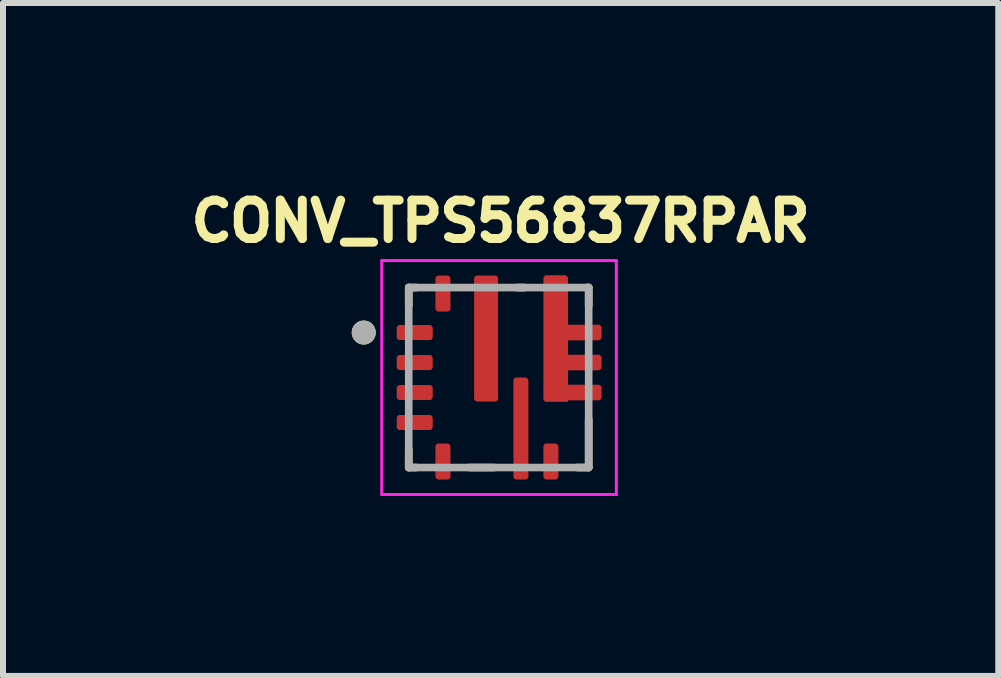
<source format=kicad_pcb>
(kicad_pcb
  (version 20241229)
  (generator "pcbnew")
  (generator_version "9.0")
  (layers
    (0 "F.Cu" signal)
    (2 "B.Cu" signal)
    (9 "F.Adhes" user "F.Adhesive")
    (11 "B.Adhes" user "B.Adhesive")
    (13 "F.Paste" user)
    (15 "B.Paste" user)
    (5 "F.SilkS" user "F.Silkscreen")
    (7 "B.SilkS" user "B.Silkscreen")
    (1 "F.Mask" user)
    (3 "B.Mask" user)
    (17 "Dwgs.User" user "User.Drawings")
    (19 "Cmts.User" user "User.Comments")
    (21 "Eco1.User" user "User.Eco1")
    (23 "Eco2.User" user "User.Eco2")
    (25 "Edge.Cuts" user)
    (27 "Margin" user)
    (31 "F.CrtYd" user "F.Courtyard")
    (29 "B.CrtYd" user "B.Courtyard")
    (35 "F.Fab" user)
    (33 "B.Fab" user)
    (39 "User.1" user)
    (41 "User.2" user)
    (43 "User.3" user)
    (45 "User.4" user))
  (footprint "CONV_TPS56837RPAR"
    (layer "F.Cu")
    (at 5.264 3.244)
    (property "Reference" "CONV_TPS56837RPAR" (at 0.032 -2.606 0) (layer "F.SilkS") (effects (font (size 0.64 0.64) (thickness 0.15))))
    (attr smd)
    (fp_poly (pts (xy -1.03 -0.675) (xy -1.03 -0.669) (xy -1.031 -0.662) (xy -1.031 -0.656) (xy -1.033 -0.65) (xy -1.034 -0.644) (xy -1.036 -0.638) (xy -1.038 -0.632) (xy -1.04 -0.626) (xy -1.043 -0.621) (xy -1.046 -0.615) (xy -1.049 -0.61) (xy -1.053 -0.604) (xy -1.057 -0.599) (xy -1.061 -0.595) (xy -1.065 -0.59) (xy -1.07 -0.586) (xy -1.074 -0.582) (xy -1.079 -0.578) (xy -1.085 -0.574) (xy -1.09 -0.571) (xy -1.096 -0.568) (xy -1.101 -0.565) (xy -1.107 -0.563) (xy -1.113 -0.561) (xy -1.119 -0.559) (xy -1.125 -0.558) (xy -1.131 -0.556) (xy -1.137 -0.556) (xy -1.144 -0.555) (xy -1.15 -0.555) (xy -1.65 -0.555) (xy -1.656 -0.555) (xy -1.663 -0.556) (xy -1.669 -0.556) (xy -1.675 -0.558) (xy -1.681 -0.559) (xy -1.687 -0.561) (xy -1.693 -0.563) (xy -1.699 -0.565) (xy -1.704 -0.568) (xy -1.71 -0.571) (xy -1.715 -0.574) (xy -1.721 -0.578) (xy -1.726 -0.582) (xy -1.73 -0.586) (xy -1.735 -0.59) (xy -1.739 -0.595) (xy -1.743 -0.599) (xy -1.747 -0.604) (xy -1.751 -0.61) (xy -1.754 -0.615) (xy -1.757 -0.621) (xy -1.76 -0.626) (xy -1.762 -0.632) (xy -1.764 -0.638) (xy -1.766 -0.644) (xy -1.767 -0.65) (xy -1.769 -0.656) (xy -1.769 -0.662) (xy -1.77 -0.669) (xy -1.77 -0.675) (xy -1.77 -0.825) (xy -1.77 -0.831) (xy -1.769 -0.838) (xy -1.769 -0.844) (xy -1.767 -0.85) (xy -1.766 -0.856) (xy -1.764 -0.862) (xy -1.762 -0.868) (xy -1.76 -0.874) (xy -1.757 -0.879) (xy -1.754 -0.885) (xy -1.751 -0.89) (xy -1.747 -0.896) (xy -1.743 -0.901) (xy -1.739 -0.905) (xy -1.735 -0.91) (xy -1.73 -0.914) (xy -1.726 -0.918) (xy -1.721 -0.922) (xy -1.715 -0.926) (xy -1.71 -0.929) (xy -1.704 -0.932) (xy -1.699 -0.935) (xy -1.693 -0.937) (xy -1.687 -0.939) (xy -1.681 -0.941) (xy -1.675 -0.942) (xy -1.669 -0.944) (xy -1.663 -0.944) (xy -1.656 -0.945) (xy -1.65 -0.945) (xy -1.15 -0.945) (xy -1.144 -0.945) (xy -1.137 -0.944) (xy -1.131 -0.944) (xy -1.125 -0.942) (xy -1.119 -0.941) (xy -1.113 -0.939) (xy -1.107 -0.937) (xy -1.101 -0.935) (xy -1.096 -0.932) (xy -1.09 -0.929) (xy -1.085 -0.926) (xy -1.079 -0.922) (xy -1.074 -0.918) (xy -1.07 -0.914) (xy -1.065 -0.91) (xy -1.061 -0.905) (xy -1.057 -0.901) (xy -1.053 -0.896) (xy -1.049 -0.89) (xy -1.046 -0.885) (xy -1.043 -0.879) (xy -1.04 -0.874) (xy -1.038 -0.868) (xy -1.036 -0.862) (xy -1.034 -0.856) (xy -1.033 -0.85) (xy -1.031 -0.844) (xy -1.031 -0.838) (xy -1.03 -0.831) (xy -1.03 -0.825) (xy -1.03 -0.675)) (stroke (width 0.01) (type solid)) (fill yes) (layer "F.Mask"))
    (fp_poly (pts (xy -1.03 -0.175) (xy -1.03 -0.169) (xy -1.031 -0.162) (xy -1.031 -0.156) (xy -1.033 -0.15) (xy -1.034 -0.144) (xy -1.036 -0.138) (xy -1.038 -0.132) (xy -1.04 -0.126) (xy -1.043 -0.121) (xy -1.046 -0.115) (xy -1.049 -0.11) (xy -1.053 -0.104) (xy -1.057 -0.099) (xy -1.061 -0.095) (xy -1.065 -0.09) (xy -1.07 -0.086) (xy -1.074 -0.082) (xy -1.079 -0.078) (xy -1.085 -0.074) (xy -1.09 -0.071) (xy -1.096 -0.068) (xy -1.101 -0.065) (xy -1.107 -0.063) (xy -1.113 -0.061) (xy -1.119 -0.059) (xy -1.125 -0.058) (xy -1.131 -0.056) (xy -1.137 -0.056) (xy -1.144 -0.055) (xy -1.15 -0.055) (xy -1.65 -0.055) (xy -1.656 -0.055) (xy -1.663 -0.056) (xy -1.669 -0.056) (xy -1.675 -0.058) (xy -1.681 -0.059) (xy -1.687 -0.061) (xy -1.693 -0.063) (xy -1.699 -0.065) (xy -1.704 -0.068) (xy -1.71 -0.071) (xy -1.715 -0.074) (xy -1.721 -0.078) (xy -1.726 -0.082) (xy -1.73 -0.086) (xy -1.735 -0.09) (xy -1.739 -0.095) (xy -1.743 -0.099) (xy -1.747 -0.104) (xy -1.751 -0.11) (xy -1.754 -0.115) (xy -1.757 -0.121) (xy -1.76 -0.126) (xy -1.762 -0.132) (xy -1.764 -0.138) (xy -1.766 -0.144) (xy -1.767 -0.15) (xy -1.769 -0.156) (xy -1.769 -0.162) (xy -1.77 -0.169) (xy -1.77 -0.175) (xy -1.77 -0.325) (xy -1.77 -0.331) (xy -1.769 -0.338) (xy -1.769 -0.344) (xy -1.767 -0.35) (xy -1.766 -0.356) (xy -1.764 -0.362) (xy -1.762 -0.368) (xy -1.76 -0.374) (xy -1.757 -0.379) (xy -1.754 -0.385) (xy -1.751 -0.39) (xy -1.747 -0.396) (xy -1.743 -0.401) (xy -1.739 -0.405) (xy -1.735 -0.41) (xy -1.73 -0.414) (xy -1.726 -0.418) (xy -1.721 -0.422) (xy -1.715 -0.426) (xy -1.71 -0.429) (xy -1.704 -0.432) (xy -1.699 -0.435) (xy -1.693 -0.437) (xy -1.687 -0.439) (xy -1.681 -0.441) (xy -1.675 -0.442) (xy -1.669 -0.444) (xy -1.663 -0.444) (xy -1.656 -0.445) (xy -1.65 -0.445) (xy -1.15 -0.445) (xy -1.144 -0.445) (xy -1.137 -0.444) (xy -1.131 -0.444) (xy -1.125 -0.442) (xy -1.119 -0.441) (xy -1.113 -0.439) (xy -1.107 -0.437) (xy -1.101 -0.435) (xy -1.096 -0.432) (xy -1.09 -0.429) (xy -1.085 -0.426) (xy -1.079 -0.422) (xy -1.074 -0.418) (xy -1.07 -0.414) (xy -1.065 -0.41) (xy -1.061 -0.405) (xy -1.057 -0.401) (xy -1.053 -0.396) (xy -1.049 -0.39) (xy -1.046 -0.385) (xy -1.043 -0.379) (xy -1.04 -0.374) (xy -1.038 -0.368) (xy -1.036 -0.362) (xy -1.034 -0.356) (xy -1.033 -0.35) (xy -1.031 -0.344) (xy -1.031 -0.338) (xy -1.03 -0.331) (xy -1.03 -0.325) (xy -1.03 -0.175)) (stroke (width 0.01) (type solid)) (fill yes) (layer "F.Mask"))
    (fp_poly (pts (xy -1.03 0.325) (xy -1.03 0.331) (xy -1.031 0.338) (xy -1.031 0.344) (xy -1.033 0.35) (xy -1.034 0.356) (xy -1.036 0.362) (xy -1.038 0.368) (xy -1.04 0.374) (xy -1.043 0.379) (xy -1.046 0.385) (xy -1.049 0.39) (xy -1.053 0.396) (xy -1.057 0.401) (xy -1.061 0.405) (xy -1.065 0.41) (xy -1.07 0.414) (xy -1.074 0.418) (xy -1.079 0.422) (xy -1.085 0.426) (xy -1.09 0.429) (xy -1.096 0.432) (xy -1.101 0.435) (xy -1.107 0.437) (xy -1.113 0.439) (xy -1.119 0.441) (xy -1.125 0.442) (xy -1.131 0.444) (xy -1.137 0.444) (xy -1.144 0.445) (xy -1.15 0.445) (xy -1.65 0.445) (xy -1.656 0.445) (xy -1.663 0.444) (xy -1.669 0.444) (xy -1.675 0.442) (xy -1.681 0.441) (xy -1.687 0.439) (xy -1.693 0.437) (xy -1.699 0.435) (xy -1.704 0.432) (xy -1.71 0.429) (xy -1.715 0.426) (xy -1.721 0.422) (xy -1.726 0.418) (xy -1.73 0.414) (xy -1.735 0.41) (xy -1.739 0.405) (xy -1.743 0.401) (xy -1.747 0.396) (xy -1.751 0.39) (xy -1.754 0.385) (xy -1.757 0.379) (xy -1.76 0.374) (xy -1.762 0.368) (xy -1.764 0.362) (xy -1.766 0.356) (xy -1.767 0.35) (xy -1.769 0.344) (xy -1.769 0.338) (xy -1.77 0.331) (xy -1.77 0.325) (xy -1.77 0.175) (xy -1.77 0.169) (xy -1.769 0.162) (xy -1.769 0.156) (xy -1.767 0.15) (xy -1.766 0.144) (xy -1.764 0.138) (xy -1.762 0.132) (xy -1.76 0.126) (xy -1.757 0.121) (xy -1.754 0.115) (xy -1.751 0.11) (xy -1.747 0.104) (xy -1.743 0.099) (xy -1.739 0.095) (xy -1.735 0.09) (xy -1.73 0.086) (xy -1.726 0.082) (xy -1.721 0.078) (xy -1.715 0.074) (xy -1.71 0.071) (xy -1.704 0.068) (xy -1.699 0.065) (xy -1.693 0.063) (xy -1.687 0.061) (xy -1.681 0.059) (xy -1.675 0.058) (xy -1.669 0.056) (xy -1.663 0.056) (xy -1.656 0.055) (xy -1.65 0.055) (xy -1.15 0.055) (xy -1.144 0.055) (xy -1.137 0.056) (xy -1.131 0.056) (xy -1.125 0.058) (xy -1.119 0.059) (xy -1.113 0.061) (xy -1.107 0.063) (xy -1.101 0.065) (xy -1.096 0.068) (xy -1.09 0.071) (xy -1.085 0.074) (xy -1.079 0.078) (xy -1.074 0.082) (xy -1.07 0.086) (xy -1.065 0.09) (xy -1.061 0.095) (xy -1.057 0.099) (xy -1.053 0.104) (xy -1.049 0.11) (xy -1.046 0.115) (xy -1.043 0.121) (xy -1.04 0.126) (xy -1.038 0.132) (xy -1.036 0.138) (xy -1.034 0.144) (xy -1.033 0.15) (xy -1.031 0.156) (xy -1.031 0.162) (xy -1.03 0.169) (xy -1.03 0.175) (xy -1.03 0.325)) (stroke (width 0.01) (type solid)) (fill yes) (layer "F.Mask"))
    (fp_poly (pts (xy -1.03 0.825) (xy -1.03 0.831) (xy -1.031 0.838) (xy -1.031 0.844) (xy -1.033 0.85) (xy -1.034 0.856) (xy -1.036 0.862) (xy -1.038 0.868) (xy -1.04 0.874) (xy -1.043 0.879) (xy -1.046 0.885) (xy -1.049 0.89) (xy -1.053 0.896) (xy -1.057 0.901) (xy -1.061 0.905) (xy -1.065 0.91) (xy -1.07 0.914) (xy -1.074 0.918) (xy -1.079 0.922) (xy -1.085 0.926) (xy -1.09 0.929) (xy -1.096 0.932) (xy -1.101 0.935) (xy -1.107 0.937) (xy -1.113 0.939) (xy -1.119 0.941) (xy -1.125 0.942) (xy -1.131 0.944) (xy -1.137 0.944) (xy -1.144 0.945) (xy -1.15 0.945) (xy -1.65 0.945) (xy -1.656 0.945) (xy -1.663 0.944) (xy -1.669 0.944) (xy -1.675 0.942) (xy -1.681 0.941) (xy -1.687 0.939) (xy -1.693 0.937) (xy -1.699 0.935) (xy -1.704 0.932) (xy -1.71 0.929) (xy -1.715 0.926) (xy -1.721 0.922) (xy -1.726 0.918) (xy -1.73 0.914) (xy -1.735 0.91) (xy -1.739 0.905) (xy -1.743 0.901) (xy -1.747 0.896) (xy -1.751 0.89) (xy -1.754 0.885) (xy -1.757 0.879) (xy -1.76 0.874) (xy -1.762 0.868) (xy -1.764 0.862) (xy -1.766 0.856) (xy -1.767 0.85) (xy -1.769 0.844) (xy -1.769 0.838) (xy -1.77 0.831) (xy -1.77 0.825) (xy -1.77 0.675) (xy -1.77 0.669) (xy -1.769 0.662) (xy -1.769 0.656) (xy -1.767 0.65) (xy -1.766 0.644) (xy -1.764 0.638) (xy -1.762 0.632) (xy -1.76 0.626) (xy -1.757 0.621) (xy -1.754 0.615) (xy -1.751 0.61) (xy -1.747 0.604) (xy -1.743 0.599) (xy -1.739 0.595) (xy -1.735 0.59) (xy -1.73 0.586) (xy -1.726 0.582) (xy -1.721 0.578) (xy -1.715 0.574) (xy -1.71 0.571) (xy -1.704 0.568) (xy -1.699 0.565) (xy -1.693 0.563) (xy -1.687 0.561) (xy -1.681 0.559) (xy -1.675 0.558) (xy -1.669 0.556) (xy -1.663 0.556) (xy -1.656 0.555) (xy -1.65 0.555) (xy -1.15 0.555) (xy -1.144 0.555) (xy -1.137 0.556) (xy -1.131 0.556) (xy -1.125 0.558) (xy -1.119 0.559) (xy -1.113 0.561) (xy -1.107 0.563) (xy -1.101 0.565) (xy -1.096 0.568) (xy -1.09 0.571) (xy -1.085 0.574) (xy -1.079 0.578) (xy -1.074 0.582) (xy -1.07 0.586) (xy -1.065 0.59) (xy -1.061 0.595) (xy -1.057 0.599) (xy -1.053 0.604) (xy -1.049 0.61) (xy -1.046 0.615) (xy -1.043 0.621) (xy -1.04 0.626) (xy -1.038 0.632) (xy -1.036 0.638) (xy -1.034 0.644) (xy -1.033 0.65) (xy -1.031 0.656) (xy -1.031 0.662) (xy -1.03 0.669) (xy -1.03 0.675) (xy -1.03 0.825)) (stroke (width 0.01) (type solid)) (fill yes) (layer "F.Mask"))
    (fp_poly (pts (xy -1.005 -1.03) (xy -1.011 -1.03) (xy -1.018 -1.031) (xy -1.024 -1.031) (xy -1.03 -1.033) (xy -1.036 -1.034) (xy -1.042 -1.036) (xy -1.048 -1.038) (xy -1.054 -1.04) (xy -1.059 -1.043) (xy -1.065 -1.046) (xy -1.07 -1.049) (xy -1.076 -1.053) (xy -1.081 -1.057) (xy -1.085 -1.061) (xy -1.09 -1.065) (xy -1.094 -1.07) (xy -1.098 -1.074) (xy -1.102 -1.079) (xy -1.106 -1.085) (xy -1.109 -1.09) (xy -1.112 -1.096) (xy -1.115 -1.101) (xy -1.117 -1.107) (xy -1.119 -1.113) (xy -1.121 -1.119) (xy -1.122 -1.125) (xy -1.124 -1.131) (xy -1.124 -1.137) (xy -1.125 -1.144) (xy -1.125 -1.15) (xy -1.125 -1.65) (xy -1.125 -1.656) (xy -1.124 -1.663) (xy -1.124 -1.669) (xy -1.122 -1.675) (xy -1.121 -1.681) (xy -1.119 -1.687) (xy -1.117 -1.693) (xy -1.115 -1.699) (xy -1.112 -1.704) (xy -1.109 -1.71) (xy -1.106 -1.715) (xy -1.102 -1.721) (xy -1.098 -1.726) (xy -1.094 -1.73) (xy -1.09 -1.735) (xy -1.085 -1.739) (xy -1.081 -1.743) (xy -1.076 -1.747) (xy -1.07 -1.751) (xy -1.065 -1.754) (xy -1.059 -1.757) (xy -1.054 -1.76) (xy -1.048 -1.762) (xy -1.042 -1.764) (xy -1.036 -1.766) (xy -1.03 -1.767) (xy -1.024 -1.769) (xy -1.018 -1.769) (xy -1.011 -1.77) (xy -1.005 -1.77) (xy -0.855 -1.77) (xy -0.849 -1.77) (xy -0.842 -1.769) (xy -0.836 -1.769) (xy -0.83 -1.767) (xy -0.824 -1.766) (xy -0.818 -1.764) (xy -0.812 -1.762) (xy -0.806 -1.76) (xy -0.801 -1.757) (xy -0.795 -1.754) (xy -0.79 -1.751) (xy -0.784 -1.747) (xy -0.779 -1.743) (xy -0.775 -1.739) (xy -0.77 -1.735) (xy -0.766 -1.73) (xy -0.762 -1.726) (xy -0.758 -1.721) (xy -0.754 -1.715) (xy -0.751 -1.71) (xy -0.748 -1.704) (xy -0.745 -1.699) (xy -0.743 -1.693) (xy -0.741 -1.687) (xy -0.739 -1.681) (xy -0.738 -1.675) (xy -0.736 -1.669) (xy -0.736 -1.663) (xy -0.735 -1.656) (xy -0.735 -1.65) (xy -0.735 -1.15) (xy -0.735 -1.144) (xy -0.736 -1.137) (xy -0.736 -1.131) (xy -0.738 -1.125) (xy -0.739 -1.119) (xy -0.741 -1.113) (xy -0.743 -1.107) (xy -0.745 -1.101) (xy -0.748 -1.096) (xy -0.751 -1.09) (xy -0.754 -1.085) (xy -0.758 -1.079) (xy -0.762 -1.074) (xy -0.766 -1.07) (xy -0.77 -1.065) (xy -0.775 -1.061) (xy -0.779 -1.057) (xy -0.784 -1.053) (xy -0.79 -1.049) (xy -0.795 -1.046) (xy -0.801 -1.043) (xy -0.806 -1.04) (xy -0.812 -1.038) (xy -0.818 -1.036) (xy -0.824 -1.034) (xy -0.83 -1.033) (xy -0.836 -1.031) (xy -0.842 -1.031) (xy -0.849 -1.03) (xy -0.855 -1.03) (xy -1.005 -1.03)) (stroke (width 0.01) (type solid)) (fill yes) (layer "F.Mask"))
    (fp_poly (pts (xy -1.005 1.77) (xy -1.011 1.77) (xy -1.018 1.769) (xy -1.024 1.769) (xy -1.03 1.767) (xy -1.036 1.766) (xy -1.042 1.764) (xy -1.048 1.762) (xy -1.054 1.76) (xy -1.059 1.757) (xy -1.065 1.754) (xy -1.07 1.751) (xy -1.076 1.747) (xy -1.081 1.743) (xy -1.085 1.739) (xy -1.09 1.735) (xy -1.094 1.73) (xy -1.098 1.726) (xy -1.102 1.721) (xy -1.106 1.715) (xy -1.109 1.71) (xy -1.112 1.704) (xy -1.115 1.699) (xy -1.117 1.693) (xy -1.119 1.687) (xy -1.121 1.681) (xy -1.122 1.675) (xy -1.124 1.669) (xy -1.124 1.663) (xy -1.125 1.656) (xy -1.125 1.65) (xy -1.125 1.15) (xy -1.125 1.144) (xy -1.124 1.137) (xy -1.124 1.131) (xy -1.122 1.125) (xy -1.121 1.119) (xy -1.119 1.113) (xy -1.117 1.107) (xy -1.115 1.101) (xy -1.112 1.096) (xy -1.109 1.09) (xy -1.106 1.085) (xy -1.102 1.079) (xy -1.098 1.074) (xy -1.094 1.07) (xy -1.09 1.065) (xy -1.085 1.061) (xy -1.081 1.057) (xy -1.076 1.053) (xy -1.07 1.049) (xy -1.065 1.046) (xy -1.059 1.043) (xy -1.054 1.04) (xy -1.048 1.038) (xy -1.042 1.036) (xy -1.036 1.034) (xy -1.03 1.033) (xy -1.024 1.031) (xy -1.018 1.031) (xy -1.011 1.03) (xy -1.005 1.03) (xy -0.855 1.03) (xy -0.849 1.03) (xy -0.842 1.031) (xy -0.836 1.031) (xy -0.83 1.033) (xy -0.824 1.034) (xy -0.818 1.036) (xy -0.812 1.038) (xy -0.806 1.04) (xy -0.801 1.043) (xy -0.795 1.046) (xy -0.79 1.049) (xy -0.784 1.053) (xy -0.779 1.057) (xy -0.775 1.061) (xy -0.77 1.065) (xy -0.766 1.07) (xy -0.762 1.074) (xy -0.758 1.079) (xy -0.754 1.085) (xy -0.751 1.09) (xy -0.748 1.096) (xy -0.745 1.101) (xy -0.743 1.107) (xy -0.741 1.113) (xy -0.739 1.119) (xy -0.738 1.125) (xy -0.736 1.131) (xy -0.736 1.137) (xy -0.735 1.144) (xy -0.735 1.15) (xy -0.735 1.65) (xy -0.735 1.656) (xy -0.736 1.663) (xy -0.736 1.669) (xy -0.738 1.675) (xy -0.739 1.681) (xy -0.741 1.687) (xy -0.743 1.693) (xy -0.745 1.699) (xy -0.748 1.704) (xy -0.751 1.71) (xy -0.754 1.715) (xy -0.758 1.721) (xy -0.762 1.726) (xy -0.766 1.73) (xy -0.77 1.735) (xy -0.775 1.739) (xy -0.779 1.743) (xy -0.784 1.747) (xy -0.79 1.751) (xy -0.795 1.754) (xy -0.801 1.757) (xy -0.806 1.76) (xy -0.812 1.762) (xy -0.818 1.764) (xy -0.824 1.766) (xy -0.83 1.767) (xy -0.836 1.769) (xy -0.842 1.769) (xy -0.849 1.77) (xy -0.855 1.77) (xy -1.005 1.77)) (stroke (width 0.01) (type solid)) (fill yes) (layer "F.Mask"))
    (fp_poly (pts (xy -0.06 -1.77) (xy -0.36 -1.77) (xy -0.366 -1.77) (xy -0.373 -1.769) (xy -0.379 -1.769) (xy -0.385 -1.767) (xy -0.391 -1.766) (xy -0.397 -1.764) (xy -0.403 -1.762) (xy -0.409 -1.76) (xy -0.414 -1.757) (xy -0.42 -1.754) (xy -0.425 -1.751) (xy -0.431 -1.747) (xy -0.436 -1.743) (xy -0.44 -1.739) (xy -0.445 -1.735) (xy -0.449 -1.73) (xy -0.453 -1.726) (xy -0.457 -1.721) (xy -0.461 -1.715) (xy -0.464 -1.71) (xy -0.467 -1.704) (xy -0.47 -1.699) (xy -0.472 -1.693) (xy -0.474 -1.687) (xy -0.476 -1.681) (xy -0.477 -1.675) (xy -0.479 -1.669) (xy -0.479 -1.663) (xy -0.48 -1.656) (xy -0.48 -1.65) (xy -0.48 0.35) (xy -0.48 0.356) (xy -0.479 0.363) (xy -0.479 0.369) (xy -0.477 0.375) (xy -0.476 0.381) (xy -0.474 0.387) (xy -0.472 0.393) (xy -0.47 0.399) (xy -0.467 0.404) (xy -0.464 0.41) (xy -0.461 0.415) (xy -0.457 0.421) (xy -0.453 0.426) (xy -0.449 0.43) (xy -0.445 0.435) (xy -0.44 0.439) (xy -0.436 0.443) (xy -0.431 0.447) (xy -0.425 0.451) (xy -0.42 0.454) (xy -0.414 0.457) (xy -0.409 0.46) (xy -0.403 0.462) (xy -0.397 0.464) (xy -0.391 0.466) (xy -0.385 0.467) (xy -0.379 0.469) (xy -0.373 0.469) (xy -0.366 0.47) (xy -0.36 0.47) (xy -0.06 0.47) (xy -0.054 0.47) (xy -0.047 0.469) (xy -0.041 0.469) (xy -0.035 0.467) (xy -0.029 0.466) (xy -0.023 0.464) (xy -0.017 0.462) (xy -0.011 0.46) (xy -0.006 0.457) (xy 0 0.454) (xy 0.005 0.451) (xy 0.011 0.447) (xy 0.016 0.443) (xy 0.02 0.439) (xy 0.025 0.435) (xy 0.029 0.43) (xy 0.033 0.426) (xy 0.037 0.421) (xy 0.041 0.415) (xy 0.044 0.41) (xy 0.047 0.404) (xy 0.05 0.399) (xy 0.052 0.393) (xy 0.054 0.387) (xy 0.056 0.381) (xy 0.057 0.375) (xy 0.059 0.369) (xy 0.059 0.363) (xy 0.06 0.356) (xy 0.06 0.35) (xy 0.06 -1.65) (xy 0.06 -1.656) (xy 0.059 -1.663) (xy 0.059 -1.669) (xy 0.057 -1.675) (xy 0.056 -1.681) (xy 0.054 -1.687) (xy 0.052 -1.693) (xy 0.05 -1.699) (xy 0.047 -1.704) (xy 0.044 -1.71) (xy 0.041 -1.715) (xy 0.037 -1.721) (xy 0.033 -1.726) (xy 0.029 -1.73) (xy 0.025 -1.735) (xy 0.02 -1.739) (xy 0.016 -1.743) (xy 0.011 -1.747) (xy 0.005 -1.751) (xy 0 -1.754) (xy -0.006 -1.757) (xy -0.011 -1.76) (xy -0.017 -1.762) (xy -0.023 -1.764) (xy -0.029 -1.766) (xy -0.035 -1.767) (xy -0.041 -1.769) (xy -0.047 -1.769) (xy -0.054 -1.77) (xy -0.06 -1.77)) (stroke (width 0.01) (type solid)) (fill yes) (layer "F.Mask"))
    (fp_poly (pts (xy 0.175 0.05) (xy 0.175 1.65) (xy 0.175 1.656) (xy 0.176 1.663) (xy 0.176 1.669) (xy 0.178 1.675) (xy 0.179 1.681) (xy 0.181 1.687) (xy 0.183 1.693) (xy 0.185 1.699) (xy 0.188 1.704) (xy 0.191 1.71) (xy 0.194 1.715) (xy 0.198 1.721) (xy 0.202 1.726) (xy 0.206 1.73) (xy 0.21 1.735) (xy 0.215 1.739) (xy 0.219 1.743) (xy 0.224 1.747) (xy 0.23 1.751) (xy 0.235 1.754) (xy 0.241 1.757) (xy 0.246 1.76) (xy 0.252 1.762) (xy 0.258 1.764) (xy 0.264 1.766) (xy 0.27 1.767) (xy 0.276 1.769) (xy 0.282 1.769) (xy 0.289 1.77) (xy 0.295 1.77) (xy 0.445 1.77) (xy 0.451 1.77) (xy 0.458 1.769) (xy 0.464 1.769) (xy 0.47 1.767) (xy 0.476 1.766) (xy 0.482 1.764) (xy 0.488 1.762) (xy 0.494 1.76) (xy 0.499 1.757) (xy 0.505 1.754) (xy 0.51 1.751) (xy 0.516 1.747) (xy 0.521 1.743) (xy 0.525 1.739) (xy 0.53 1.735) (xy 0.534 1.73) (xy 0.538 1.726) (xy 0.542 1.721) (xy 0.546 1.715) (xy 0.549 1.71) (xy 0.552 1.704) (xy 0.555 1.699) (xy 0.557 1.693) (xy 0.559 1.687) (xy 0.561 1.681) (xy 0.562 1.675) (xy 0.564 1.669) (xy 0.564 1.663) (xy 0.565 1.656) (xy 0.565 1.65) (xy 0.565 0.05) (xy 0.565 0.044) (xy 0.564 0.037) (xy 0.564 0.031) (xy 0.562 0.025) (xy 0.561 0.019) (xy 0.559 0.013) (xy 0.557 0.007) (xy 0.555 0.001) (xy 0.552 -0.004) (xy 0.549 -0.01) (xy 0.546 -0.015) (xy 0.542 -0.021) (xy 0.538 -0.026) (xy 0.534 -0.03) (xy 0.53 -0.035) (xy 0.525 -0.039) (xy 0.521 -0.043) (xy 0.516 -0.047) (xy 0.51 -0.051) (xy 0.505 -0.054) (xy 0.499 -0.057) (xy 0.494 -0.06) (xy 0.488 -0.062) (xy 0.482 -0.064) (xy 0.476 -0.066) (xy 0.47 -0.067) (xy 0.464 -0.069) (xy 0.458 -0.069) (xy 0.451 -0.07) (xy 0.445 -0.07) (xy 0.295 -0.07) (xy 0.289 -0.07) (xy 0.282 -0.069) (xy 0.276 -0.069) (xy 0.27 -0.067) (xy 0.264 -0.066) (xy 0.258 -0.064) (xy 0.252 -0.062) (xy 0.246 -0.06) (xy 0.241 -0.057) (xy 0.235 -0.054) (xy 0.23 -0.051) (xy 0.224 -0.047) (xy 0.219 -0.043) (xy 0.215 -0.039) (xy 0.21 -0.035) (xy 0.206 -0.03) (xy 0.202 -0.026) (xy 0.198 -0.021) (xy 0.194 -0.015) (xy 0.191 -0.01) (xy 0.188 -0.004) (xy 0.185 0.001) (xy 0.183 0.007) (xy 0.181 0.013) (xy 0.179 0.019) (xy 0.178 0.025) (xy 0.176 0.031) (xy 0.176 0.037) (xy 0.175 0.044) (xy 0.175 0.05)) (stroke (width 0.01) (type solid)) (fill yes) (layer "F.Mask"))
    (fp_poly (pts (xy 0.795 1.77) (xy 0.789 1.77) (xy 0.782 1.769) (xy 0.776 1.769) (xy 0.77 1.767) (xy 0.764 1.766) (xy 0.758 1.764) (xy 0.752 1.762) (xy 0.746 1.76) (xy 0.741 1.757) (xy 0.735 1.754) (xy 0.73 1.751) (xy 0.724 1.747) (xy 0.719 1.743) (xy 0.715 1.739) (xy 0.71 1.735) (xy 0.706 1.73) (xy 0.702 1.726) (xy 0.698 1.721) (xy 0.694 1.715) (xy 0.691 1.71) (xy 0.688 1.704) (xy 0.685 1.699) (xy 0.683 1.693) (xy 0.681 1.687) (xy 0.679 1.681) (xy 0.678 1.675) (xy 0.676 1.669) (xy 0.676 1.663) (xy 0.675 1.656) (xy 0.675 1.65) (xy 0.675 1.15) (xy 0.675 1.144) (xy 0.676 1.137) (xy 0.676 1.131) (xy 0.678 1.125) (xy 0.679 1.119) (xy 0.681 1.113) (xy 0.683 1.107) (xy 0.685 1.101) (xy 0.688 1.096) (xy 0.691 1.09) (xy 0.694 1.085) (xy 0.698 1.079) (xy 0.702 1.074) (xy 0.706 1.07) (xy 0.71 1.065) (xy 0.715 1.061) (xy 0.719 1.057) (xy 0.724 1.053) (xy 0.73 1.049) (xy 0.735 1.046) (xy 0.741 1.043) (xy 0.746 1.04) (xy 0.752 1.038) (xy 0.758 1.036) (xy 0.764 1.034) (xy 0.77 1.033) (xy 0.776 1.031) (xy 0.782 1.031) (xy 0.789 1.03) (xy 0.795 1.03) (xy 0.945 1.03) (xy 0.951 1.03) (xy 0.958 1.031) (xy 0.964 1.031) (xy 0.97 1.033) (xy 0.976 1.034) (xy 0.982 1.036) (xy 0.988 1.038) (xy 0.994 1.04) (xy 0.999 1.043) (xy 1.005 1.046) (xy 1.01 1.049) (xy 1.016 1.053) (xy 1.021 1.057) (xy 1.025 1.061) (xy 1.03 1.065) (xy 1.034 1.07) (xy 1.038 1.074) (xy 1.042 1.079) (xy 1.046 1.085) (xy 1.049 1.09) (xy 1.052 1.096) (xy 1.055 1.101) (xy 1.057 1.107) (xy 1.059 1.113) (xy 1.061 1.119) (xy 1.062 1.125) (xy 1.064 1.131) (xy 1.064 1.137) (xy 1.065 1.144) (xy 1.065 1.15) (xy 1.065 1.65) (xy 1.065 1.656) (xy 1.064 1.663) (xy 1.064 1.669) (xy 1.062 1.675) (xy 1.061 1.681) (xy 1.059 1.687) (xy 1.057 1.693) (xy 1.055 1.699) (xy 1.052 1.704) (xy 1.049 1.71) (xy 1.046 1.715) (xy 1.042 1.721) (xy 1.038 1.726) (xy 1.034 1.73) (xy 1.03 1.735) (xy 1.025 1.739) (xy 1.021 1.743) (xy 1.016 1.747) (xy 1.01 1.751) (xy 1.005 1.754) (xy 0.999 1.757) (xy 0.994 1.76) (xy 0.988 1.762) (xy 0.982 1.764) (xy 0.976 1.766) (xy 0.97 1.767) (xy 0.964 1.769) (xy 0.958 1.769) (xy 0.951 1.77) (xy 0.945 1.77) (xy 0.795 1.77)) (stroke (width 0.01) (type solid)) (fill yes) (layer "F.Mask"))
    (fp_poly (pts (xy 1.22 -0.945) (xy 1.22 -1.65) (xy 1.22 -1.656) (xy 1.219 -1.663) (xy 1.219 -1.669) (xy 1.217 -1.675) (xy 1.216 -1.681) (xy 1.214 -1.687) (xy 1.212 -1.693) (xy 1.21 -1.699) (xy 1.207 -1.704) (xy 1.204 -1.71) (xy 1.201 -1.715) (xy 1.197 -1.721) (xy 1.193 -1.726) (xy 1.189 -1.73) (xy 1.185 -1.735) (xy 1.18 -1.739) (xy 1.176 -1.743) (xy 1.171 -1.747) (xy 1.165 -1.751) (xy 1.16 -1.754) (xy 1.154 -1.757) (xy 1.149 -1.76) (xy 1.143 -1.762) (xy 1.137 -1.764) (xy 1.131 -1.766) (xy 1.125 -1.767) (xy 1.119 -1.769) (xy 1.113 -1.769) (xy 1.106 -1.77) (xy 1.1 -1.77) (xy 0.8 -1.77) (xy 0.794 -1.77) (xy 0.787 -1.769) (xy 0.781 -1.769) (xy 0.775 -1.767) (xy 0.769 -1.766) (xy 0.763 -1.764) (xy 0.757 -1.762) (xy 0.751 -1.76) (xy 0.746 -1.757) (xy 0.74 -1.754) (xy 0.735 -1.751) (xy 0.729 -1.747) (xy 0.724 -1.743) (xy 0.72 -1.739) (xy 0.715 -1.735) (xy 0.711 -1.73) (xy 0.707 -1.726) (xy 0.703 -1.721) (xy 0.699 -1.715) (xy 0.696 -1.71) (xy 0.693 -1.704) (xy 0.69 -1.699) (xy 0.688 -1.693) (xy 0.686 -1.687) (xy 0.684 -1.681) (xy 0.683 -1.675) (xy 0.681 -1.669) (xy 0.681 -1.663) (xy 0.68 -1.656) (xy 0.68 -1.65) (xy 0.68 0.35) (xy 0.68 0.356) (xy 0.681 0.363) (xy 0.681 0.369) (xy 0.683 0.375) (xy 0.684 0.381) (xy 0.686 0.387) (xy 0.688 0.393) (xy 0.69 0.399) (xy 0.693 0.404) (xy 0.696 0.41) (xy 0.699 0.415) (xy 0.703 0.421) (xy 0.707 0.426) (xy 0.711 0.43) (xy 0.715 0.435) (xy 0.72 0.439) (xy 0.724 0.443) (xy 0.729 0.447) (xy 0.735 0.451) (xy 0.74 0.454) (xy 0.746 0.457) (xy 0.751 0.46) (xy 0.757 0.462) (xy 0.763 0.464) (xy 0.769 0.466) (xy 0.775 0.467) (xy 0.781 0.469) (xy 0.787 0.469) (xy 0.794 0.47) (xy 0.8 0.47) (xy 1.22 0.47) (xy 1.22 0.445) (xy 1.66 0.445) (xy 1.666 0.445) (xy 1.673 0.444) (xy 1.679 0.444) (xy 1.685 0.442) (xy 1.691 0.441) (xy 1.697 0.439) (xy 1.703 0.437) (xy 1.709 0.435) (xy 1.714 0.432) (xy 1.72 0.429) (xy 1.725 0.426) (xy 1.731 0.422) (xy 1.736 0.418) (xy 1.74 0.414) (xy 1.745 0.41) (xy 1.749 0.405) (xy 1.753 0.401) (xy 1.757 0.396) (xy 1.761 0.39) (xy 1.764 0.385) (xy 1.767 0.379) (xy 1.77 0.374) (xy 1.772 0.368) (xy 1.774 0.362) (xy 1.776 0.356) (xy 1.777 0.35) (xy 1.779 0.344) (xy 1.779 0.338) (xy 1.78 0.331) (xy 1.78 0.325) (xy 1.78 0.175) (xy 1.78 0.169) (xy 1.779 0.162) (xy 1.779 0.156) (xy 1.777 0.15) (xy 1.776 0.144) (xy 1.774 0.138) (xy 1.772 0.132) (xy 1.77 0.126) (xy 1.767 0.121) (xy 1.764 0.115) (xy 1.761 0.11) (xy 1.757 0.104) (xy 1.753 0.099) (xy 1.749 0.095) (xy 1.745 0.09) (xy 1.74 0.086) (xy 1.736 0.082) (xy 1.731 0.078) (xy 1.725 0.074) (xy 1.72 0.071) (xy 1.714 0.068) (xy 1.709 0.065) (xy 1.703 0.063) (xy 1.697 0.061) (xy 1.691 0.059) (xy 1.685 0.058) (xy 1.679 0.056) (xy 1.673 0.056) (xy 1.666 0.055) (xy 1.66 0.055) (xy 1.22 0.055) (xy 1.22 -0.055) (xy 1.66 -0.055) (xy 1.666 -0.055) (xy 1.673 -0.056) (xy 1.679 -0.056) (xy 1.685 -0.058) (xy 1.691 -0.059) (xy 1.697 -0.061) (xy 1.703 -0.063) (xy 1.709 -0.065) (xy 1.714 -0.068) (xy 1.72 -0.071) (xy 1.725 -0.074) (xy 1.731 -0.078) (xy 1.736 -0.082) (xy 1.74 -0.086) (xy 1.745 -0.09) (xy 1.749 -0.095) (xy 1.753 -0.099) (xy 1.757 -0.104) (xy 1.761 -0.11) (xy 1.764 -0.115) (xy 1.767 -0.121) (xy 1.77 -0.126) (xy 1.772 -0.132) (xy 1.774 -0.138) (xy 1.776 -0.144) (xy 1.777 -0.15) (xy 1.779 -0.156) (xy 1.779 -0.162) (xy 1.78 -0.169) (xy 1.78 -0.175) (xy 1.78 -0.325) (xy 1.78 -0.331) (xy 1.779 -0.338) (xy 1.779 -0.344) (xy 1.777 -0.35) (xy 1.776 -0.356) (xy 1.774 -0.362) (xy 1.772 -0.368) (xy 1.77 -0.374) (xy 1.767 -0.379) (xy 1.764 -0.385) (xy 1.761 -0.39) (xy 1.757 -0.396) (xy 1.753 -0.401) (xy 1.749 -0.405) (xy 1.745 -0.41) (xy 1.74 -0.414) (xy 1.736 -0.418) (xy 1.731 -0.422) (xy 1.725 -0.426) (xy 1.72 -0.429) (xy 1.714 -0.432) (xy 1.709 -0.435) (xy 1.703 -0.437) (xy 1.697 -0.439) (xy 1.691 -0.441) (xy 1.685 -0.442) (xy 1.679 -0.444) (xy 1.673 -0.444) (xy 1.666 -0.445) (xy 1.66 -0.445) (xy 1.22 -0.445) (xy 1.22 -0.555) (xy 1.66 -0.555) (xy 1.666 -0.555) (xy 1.673 -0.556) (xy 1.679 -0.556) (xy 1.685 -0.558) (xy 1.691 -0.559) (xy 1.697 -0.561) (xy 1.703 -0.563) (xy 1.709 -0.565) (xy 1.714 -0.568) (xy 1.72 -0.571) (xy 1.725 -0.574) (xy 1.731 -0.578) (xy 1.736 -0.582) (xy 1.74 -0.586) (xy 1.745 -0.59) (xy 1.749 -0.595) (xy 1.753 -0.599) (xy 1.757 -0.604) (xy 1.761 -0.61) (xy 1.764 -0.615) (xy 1.767 -0.621) (xy 1.77 -0.626) (xy 1.772 -0.632) (xy 1.774 -0.638) (xy 1.776 -0.644) (xy 1.777 -0.65) (xy 1.779 -0.656) (xy 1.779 -0.662) (xy 1.78 -0.669) (xy 1.78 -0.675) (xy 1.78 -0.825) (xy 1.78 -0.831) (xy 1.779 -0.838) (xy 1.779 -0.844) (xy 1.777 -0.85) (xy 1.776 -0.856) (xy 1.774 -0.862) (xy 1.772 -0.868) (xy 1.77 -0.874) (xy 1.767 -0.879) (xy 1.764 -0.885) (xy 1.761 -0.89) (xy 1.757 -0.896) (xy 1.753 -0.901) (xy 1.749 -0.905) (xy 1.745 -0.91) (xy 1.74 -0.914) (xy 1.736 -0.918) (xy 1.731 -0.922) (xy 1.725 -0.926) (xy 1.72 -0.929) (xy 1.714 -0.932) (xy 1.709 -0.935) (xy 1.703 -0.937) (xy 1.697 -0.939) (xy 1.691 -0.941) (xy 1.685 -0.942) (xy 1.679 -0.944) (xy 1.673 -0.944) (xy 1.666 -0.945) (xy 1.66 -0.945) (xy 1.22 -0.945)) (stroke (width 0.01) (type solid)) (fill yes) (layer "F.Mask"))
    (fp_line (start -1.5 -1.5) (end -1.5 -1.195) (stroke (width 0.127) (type solid)) (layer "F.SilkS"))
    (fp_line (start -1.5 1.5) (end -1.5 1.195) (stroke (width 0.127) (type solid)) (layer "F.SilkS"))
    (fp_line (start -1.375 -1.5) (end -1.5 -1.5) (stroke (width 0.127) (type solid)) (layer "F.SilkS"))
    (fp_line (start -1.375 1.5) (end -1.5 1.5) (stroke (width 0.127) (type solid)) (layer "F.SilkS"))
    (fp_line (start -0.485 1.5) (end -0.075 1.5) (stroke (width 0.127) (type solid)) (layer "F.SilkS"))
    (fp_line (start 0.43 -1.5) (end 0.31 -1.5) (stroke (width 0.127) (type solid)) (layer "F.SilkS"))
    (fp_line (start 1.315 1.5) (end 1.5 1.5) (stroke (width 0.127) (type solid)) (layer "F.SilkS"))
    (fp_line (start 1.47 -1.5) (end 1.5 -1.5) (stroke (width 0.127) (type solid)) (layer "F.SilkS"))
    (fp_line (start 1.5 -1.195) (end 1.5 -1.5) (stroke (width 0.127) (type solid)) (layer "F.SilkS"))
    (fp_line (start 1.5 1.5) (end 1.5 0.695) (stroke (width 0.127) (type solid)) (layer "F.SilkS"))
    (fp_circle (center -2.25 -0.75) (end -2.15 -0.75) (stroke (width 0.2) (type solid)) (fill no) (layer "F.SilkS"))
    (fp_line (start -1.95 -1.95) (end -1.95 1.95) (stroke (width 0.05) (type solid)) (layer "F.CrtYd"))
    (fp_line (start -1.95 1.95) (end 1.961 1.95) (stroke (width 0.05) (type solid)) (layer "F.CrtYd"))
    (fp_line (start 1.961 -1.95) (end -1.95 -1.95) (stroke (width 0.05) (type solid)) (layer "F.CrtYd"))
    (fp_line (start 1.961 1.95) (end 1.961 -1.95) (stroke (width 0.05) (type solid)) (layer "F.CrtYd"))
    (fp_line (start -1.5 -1.5) (end -1.5 1.5) (stroke (width 0.127) (type solid)) (layer "F.Fab"))
    (fp_line (start -1.5 1.5) (end 1.5 1.5) (stroke (width 0.127) (type solid)) (layer "F.Fab"))
    (fp_line (start 1.5 -1.5) (end -1.5 -1.5) (stroke (width 0.127) (type solid)) (layer "F.Fab"))
    (fp_line (start 1.5 1.5) (end 1.5 -1.5) (stroke (width 0.127) (type solid)) (layer "F.Fab"))
    (fp_circle (center -2.25 -0.75) (end -2.15 -0.75) (stroke (width 0.2) (type solid)) (fill no) (layer "F.Fab"))
    (pad "1" smd roundrect (at -1.4 -0.75) (size 0.6 0.25) (layers "F.Cu") (roundrect_rratio 0.2))
    (pad "2" smd roundrect (at -1.4 -0.25) (size 0.6 0.25) (layers "F.Cu") (roundrect_rratio 0.2))
    (pad "3" smd roundrect (at -1.4 0.25) (size 0.6 0.25) (layers "F.Cu") (roundrect_rratio 0.2))
    (pad "4" smd roundrect (at -1.4 0.75) (size 0.6 0.25) (layers "F.Cu") (roundrect_rratio 0.2))
    (pad "5" smd roundrect (at -0.93 1.4) (size 0.25 0.6) (layers "F.Cu") (roundrect_rratio 0.2))
    (pad "6" smd roundrect (at 0.37 0.85) (size 0.25 1.7) (layers "F.Cu") (roundrect_rratio 0.2))
    (pad "7" smd roundrect (at 0.87 1.4) (size 0.25 0.6) (layers "F.Cu") (roundrect_rratio 0.2))
    (pad "8" smd custom (at 0.95 -0.65) (size 0.25 1.8) (layers "F.Cu") (options (anchor rect)) (primitives (gr_poly (pts (xy 0.15 -1.05) (xy -0.15 -1.05) (xy -0.153 -1.05) (xy -0.155 -1.05) (xy -0.158 -1.049) (xy -0.16 -1.049) (xy -0.163 -1.048) (xy -0.165 -1.048) (xy -0.168 -1.047) (xy -0.17 -1.046) (xy -0.173 -1.045) (xy -0.175 -1.043) (xy -0.177 -1.042) (xy -0.179 -1.04) (xy -0.181 -1.039) (xy -0.183 -1.037) (xy -0.185 -1.035) (xy -0.187 -1.033) (xy -0.189 -1.031) (xy -0.19 -1.029) (xy -0.192 -1.027) (xy -0.193 -1.025) (xy -0.195 -1.023) (xy -0.196 -1.02) (xy -0.197 -1.018) (xy -0.198 -1.015) (xy -0.198 -1.013) (xy -0.199 -1.01) (xy -0.199 -1.008) (xy -0.2 -1.005) (xy -0.2 -1.003) (xy -0.2 -1) (xy -0.2 1) (xy -0.2 1.003) (xy -0.2 1.005) (xy -0.199 1.008) (xy -0.199 1.01) (xy -0.198 1.013) (xy -0.198 1.015) (xy -0.197 1.018) (xy -0.196 1.02) (xy -0.195 1.023) (xy -0.193 1.025) (xy -0.192 1.027) (xy -0.19 1.029) (xy -0.189 1.031) (xy -0.187 1.033) (xy -0.185 1.035) (xy -0.183 1.037) (xy -0.181 1.039) (xy -0.179 1.04) (xy -0.177 1.042) (xy -0.175 1.043) (xy -0.173 1.045) (xy -0.17 1.046) (xy -0.168 1.047) (xy -0.165 1.048) (xy -0.163 1.048) (xy -0.16 1.049) (xy -0.158 1.049) (xy -0.155 1.05) (xy -0.153 1.05) (xy -0.15 1.05) (xy 0.2 1.05) (xy 0.2 1.025) (xy 0.71 1.025) (xy 0.713 1.025) (xy 0.715 1.025) (xy 0.718 1.024) (xy 0.72 1.024) (xy 0.723 1.023) (xy 0.725 1.023) (xy 0.728 1.022) (xy 0.73 1.021) (xy 0.733 1.02) (xy 0.735 1.018) (xy 0.737 1.017) (xy 0.739 1.015) (xy 0.741 1.014) (xy 0.743 1.012) (xy 0.745 1.01) (xy 0.747 1.008) (xy 0.749 1.006) (xy 0.75 1.004) (xy 0.752 1.002) (xy 0.753 1) (xy 0.755 0.998) (xy 0.756 0.995) (xy 0.757 0.993) (xy 0.758 0.99) (xy 0.758 0.988) (xy 0.759 0.985) (xy 0.759 0.983) (xy 0.76 0.98) (xy 0.76 0.978) (xy 0.76 0.975) (xy 0.76 0.825) (xy 0.76 0.822) (xy 0.76 0.82) (xy 0.759 0.817) (xy 0.759 0.815) (xy 0.758 0.812) (xy 0.758 0.81) (xy 0.757 0.807) (xy 0.756 0.805) (xy 0.755 0.802) (xy 0.753 0.8) (xy 0.752 0.798) (xy 0.75 0.796) (xy 0.749 0.794) (xy 0.747 0.792) (xy 0.745 0.79) (xy 0.743 0.788) (xy 0.741 0.786) (xy 0.739 0.785) (xy 0.737 0.783) (xy 0.735 0.782) (xy 0.733 0.78) (xy 0.73 0.779) (xy 0.728 0.778) (xy 0.725 0.777) (xy 0.723 0.777) (xy 0.72 0.776) (xy 0.718 0.776) (xy 0.715 0.775) (xy 0.713 0.775) (xy 0.71 0.775) (xy 0.2 0.775) (xy 0.2 0.525) (xy 0.71 0.525) (xy 0.713 0.525) (xy 0.715 0.525) (xy 0.718 0.524) (xy 0.72 0.524) (xy 0.723 0.523) (xy 0.725 0.523) (xy 0.728 0.522) (xy 0.73 0.521) (xy 0.733 0.52) (xy 0.735 0.518) (xy 0.737 0.517) (xy 0.739 0.515) (xy 0.741 0.514) (xy 0.743 0.512) (xy 0.745 0.51) (xy 0.747 0.508) (xy 0.749 0.506) (xy 0.75 0.504) (xy 0.752 0.502) (xy 0.753 0.5) (xy 0.755 0.498) (xy 0.756 0.495) (xy 0.757 0.493) (xy 0.758 0.49) (xy 0.758 0.488) (xy 0.759 0.485) (xy 0.759 0.483) (xy 0.76 0.48) (xy 0.76 0.478) (xy 0.76 0.475) (xy 0.76 0.325) (xy 0.76 0.322) (xy 0.76 0.32) (xy 0.759 0.317) (xy 0.759 0.315) (xy 0.758 0.312) (xy 0.758 0.31) (xy 0.757 0.307) (xy 0.756 0.305) (xy 0.755 0.302) (xy 0.753 0.3) (xy 0.752 0.298) (xy 0.75 0.296) (xy 0.749 0.294) (xy 0.747 0.292) (xy 0.745 0.29) (xy 0.743 0.288) (xy 0.741 0.286) (xy 0.739 0.285) (xy 0.737 0.283) (xy 0.735 0.282) (xy 0.733 0.28) (xy 0.73 0.279) (xy 0.728 0.278) (xy 0.725 0.277) (xy 0.723 0.277) (xy 0.72 0.276) (xy 0.718 0.276) (xy 0.715 0.275) (xy 0.713 0.275) (xy 0.71 0.275) (xy 0.2 0.275) (xy 0.2 0.025) (xy 0.71 0.025) (xy 0.713 0.025) (xy 0.715 0.025) (xy 0.718 0.024) (xy 0.72 0.024) (xy 0.723 0.023) (xy 0.725 0.023) (xy 0.728 0.022) (xy 0.73 0.021) (xy 0.733 0.02) (xy 0.735 0.018) (xy 0.737 0.017) (xy 0.739 0.015) (xy 0.741 0.014) (xy 0.743 0.012) (xy 0.745 0.01) (xy 0.747 0.008) (xy 0.749 0.006) (xy 0.75 0.004) (xy 0.752 0.002) (xy 0.753 0) (xy 0.755 -0.002) (xy 0.756 -0.005) (xy 0.757 -0.007) (xy 0.758 -0.01) (xy 0.758 -0.012) (xy 0.759 -0.015) (xy 0.759 -0.017) (xy 0.76 -0.02) (xy 0.76 -0.022) (xy 0.76 -0.025) (xy 0.76 -0.175) (xy 0.76 -0.178) (xy 0.76 -0.18) (xy 0.759 -0.183) (xy 0.759 -0.185) (xy 0.758 -0.188) (xy 0.758 -0.19) (xy 0.757 -0.193) (xy 0.756 -0.195) (xy 0.755 -0.198) (xy 0.753 -0.2) (xy 0.752 -0.202) (xy 0.75 -0.204) (xy 0.749 -0.206) (xy 0.747 -0.208) (xy 0.745 -0.21) (xy 0.743 -0.212) (xy 0.741 -0.214) (xy 0.739 -0.215) (xy 0.737 -0.217) (xy 0.735 -0.218) (xy 0.733 -0.22) (xy 0.73 -0.221) (xy 0.728 -0.222) (xy 0.725 -0.223) (xy 0.723 -0.223) (xy 0.72 -0.224) (xy 0.718 -0.224) (xy 0.715 -0.225) (xy 0.713 -0.225) (xy 0.71 -0.225) (xy 0.2 -0.225) (xy 0.2 -1) (xy 0.2 -1.003) (xy 0.2 -1.005) (xy 0.199 -1.008) (xy 0.199 -1.01) (xy 0.198 -1.013) (xy 0.198 -1.015) (xy 0.197 -1.018) (xy 0.196 -1.02) (xy 0.195 -1.023) (xy 0.193 -1.025) (xy 0.192 -1.027) (xy 0.19 -1.029) (xy 0.189 -1.031) (xy 0.187 -1.033) (xy 0.185 -1.035) (xy 0.183 -1.037) (xy 0.181 -1.039) (xy 0.179 -1.04) (xy 0.177 -1.042) (xy 0.175 -1.043) (xy 0.173 -1.045) (xy 0.17 -1.046) (xy 0.168 -1.047) (xy 0.165 -1.048) (xy 0.163 -1.048) (xy 0.16 -1.049) (xy 0.158 -1.049) (xy 0.155 -1.05) (xy 0.153 -1.05) (xy 0.15 -1.05)) (width 0.01) (fill yes))))
    (pad "9" smd roundrect (at -0.21 -0.65) (size 0.4 2.1) (layers "F.Cu") (roundrect_rratio 0.125))
    (pad "10" smd roundrect (at -0.93 -1.4) (size 0.25 0.6) (layers "F.Cu") (roundrect_rratio 0.2)))
  (gr_rect
    (start -3 -3)
    (end 13.592 8.219)
    (stroke (width 0.1) (type default))
    (fill no)
    (layer "Edge.Cuts")))
</source>
